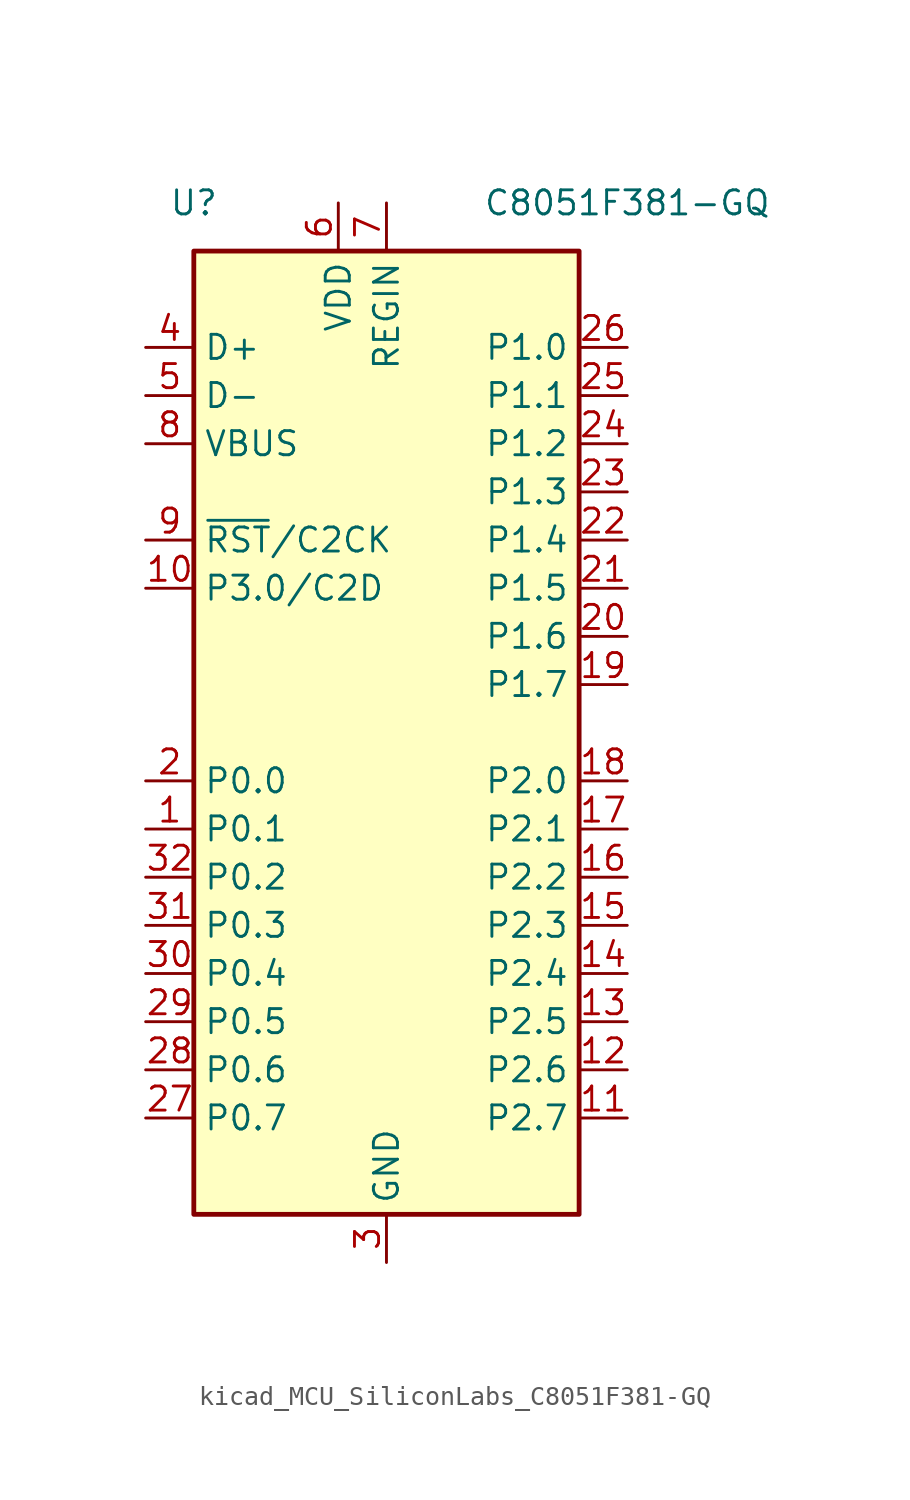
<source format=kicad_sym>
(kicad_symbol_lib
  (version 20220914)
  (generator kicad_symbol_editor)
  (symbol "kicad_MCU_SiliconLabs_C8051F381-GQ"
    (property "Reference" "U"
      (at -10.16 27.94 0)
      (effects (font (size 1.27 1.27))))
    (property "Value" "C8051F381-GQ"
      (at 12.7 27.94 0)
      (effects (font (size 1.27 1.27))))
    (symbol "kicad_MCU_SiliconLabs_C8051F381-GQ_0_1"
      (rectangle (start -10.16 25.4) (end 10.16 -25.4) (stroke (width 0.254) (type default)) (fill (type background))))
    (symbol "kicad_MCU_SiliconLabs_C8051F381-GQ_1_1"
      (pin bidirectional line (at -12.7 -5.08 0) (length 2.54) (name "P0.1" (effects (font (size 1.27 1.27)))) (number "1" (effects (font (size 1.27 1.27)))))
      (pin bidirectional line (at -12.7 7.62 0) (length 2.54) (name "P3.0/C2D" (effects (font (size 1.27 1.27)))) (number "10" (effects (font (size 1.27 1.27)))))
      (pin bidirectional line (at 12.7 -20.32 180) (length 2.54) (name "P2.7" (effects (font (size 1.27 1.27)))) (number "11" (effects (font (size 1.27 1.27)))))
      (pin bidirectional line (at 12.7 -17.78 180) (length 2.54) (name "P2.6" (effects (font (size 1.27 1.27)))) (number "12" (effects (font (size 1.27 1.27)))))
      (pin bidirectional line (at 12.7 -15.24 180) (length 2.54) (name "P2.5" (effects (font (size 1.27 1.27)))) (number "13" (effects (font (size 1.27 1.27)))))
      (pin bidirectional line (at 12.7 -12.7 180) (length 2.54) (name "P2.4" (effects (font (size 1.27 1.27)))) (number "14" (effects (font (size 1.27 1.27)))))
      (pin bidirectional line (at 12.7 -10.16 180) (length 2.54) (name "P2.3" (effects (font (size 1.27 1.27)))) (number "15" (effects (font (size 1.27 1.27)))))
      (pin bidirectional line (at 12.7 -7.62 180) (length 2.54) (name "P2.2" (effects (font (size 1.27 1.27)))) (number "16" (effects (font (size 1.27 1.27)))))
      (pin bidirectional line (at 12.7 -5.08 180) (length 2.54) (name "P2.1" (effects (font (size 1.27 1.27)))) (number "17" (effects (font (size 1.27 1.27)))))
      (pin bidirectional line (at 12.7 -2.54 180) (length 2.54) (name "P2.0" (effects (font (size 1.27 1.27)))) (number "18" (effects (font (size 1.27 1.27)))))
      (pin bidirectional line (at 12.7 2.54 180) (length 2.54) (name "P1.7" (effects (font (size 1.27 1.27)))) (number "19" (effects (font (size 1.27 1.27)))))
      (pin bidirectional line (at -12.7 -2.54 0) (length 2.54) (name "P0.0" (effects (font (size 1.27 1.27)))) (number "2" (effects (font (size 1.27 1.27)))))
      (pin bidirectional line (at 12.7 5.08 180) (length 2.54) (name "P1.6" (effects (font (size 1.27 1.27)))) (number "20" (effects (font (size 1.27 1.27)))))
      (pin bidirectional line (at 12.7 7.62 180) (length 2.54) (name "P1.5" (effects (font (size 1.27 1.27)))) (number "21" (effects (font (size 1.27 1.27)))))
      (pin bidirectional line (at 12.7 10.16 180) (length 2.54) (name "P1.4" (effects (font (size 1.27 1.27)))) (number "22" (effects (font (size 1.27 1.27)))))
      (pin bidirectional line (at 12.7 12.7 180) (length 2.54) (name "P1.3" (effects (font (size 1.27 1.27)))) (number "23" (effects (font (size 1.27 1.27)))))
      (pin bidirectional line (at 12.7 15.24 180) (length 2.54) (name "P1.2" (effects (font (size 1.27 1.27)))) (number "24" (effects (font (size 1.27 1.27)))))
      (pin bidirectional line (at 12.7 17.78 180) (length 2.54) (name "P1.1" (effects (font (size 1.27 1.27)))) (number "25" (effects (font (size 1.27 1.27)))))
      (pin bidirectional line (at 12.7 20.32 180) (length 2.54) (name "P1.0" (effects (font (size 1.27 1.27)))) (number "26" (effects (font (size 1.27 1.27)))))
      (pin bidirectional line (at -12.7 -20.32 0) (length 2.54) (name "P0.7" (effects (font (size 1.27 1.27)))) (number "27" (effects (font (size 1.27 1.27)))))
      (pin bidirectional line (at -12.7 -17.78 0) (length 2.54) (name "P0.6" (effects (font (size 1.27 1.27)))) (number "28" (effects (font (size 1.27 1.27)))))
      (pin bidirectional line (at -12.7 -15.24 0) (length 2.54) (name "P0.5" (effects (font (size 1.27 1.27)))) (number "29" (effects (font (size 1.27 1.27)))))
      (pin power_in line (at 0 -27.94 90) (length 2.54) (name "GND" (effects (font (size 1.27 1.27)))) (number "3" (effects (font (size 1.27 1.27)))))
      (pin bidirectional line (at -12.7 -12.7 0) (length 2.54) (name "P0.4" (effects (font (size 1.27 1.27)))) (number "30" (effects (font (size 1.27 1.27)))))
      (pin bidirectional line (at -12.7 -10.16 0) (length 2.54) (name "P0.3" (effects (font (size 1.27 1.27)))) (number "31" (effects (font (size 1.27 1.27)))))
      (pin bidirectional line (at -12.7 -7.62 0) (length 2.54) (name "P0.2" (effects (font (size 1.27 1.27)))) (number "32" (effects (font (size 1.27 1.27)))))
      (pin bidirectional line (at -12.7 20.32 0) (length 2.54) (name "D+" (effects (font (size 1.27 1.27)))) (number "4" (effects (font (size 1.27 1.27)))))
      (pin bidirectional line (at -12.7 17.78 0) (length 2.54) (name "D-" (effects (font (size 1.27 1.27)))) (number "5" (effects (font (size 1.27 1.27)))))
      (pin power_in line (at -2.54 27.94 270) (length 2.54) (name "VDD" (effects (font (size 1.27 1.27)))) (number "6" (effects (font (size 1.27 1.27)))))
      (pin power_in line (at 0 27.94 270) (length 2.54) (name "REGIN" (effects (font (size 1.27 1.27)))) (number "7" (effects (font (size 1.27 1.27)))))
      (pin input line (at -12.7 15.24 0) (length 2.54) (name "VBUS" (effects (font (size 1.27 1.27)))) (number "8" (effects (font (size 1.27 1.27)))))
      (pin input line (at -12.7 10.16 0) (length 2.54) (name "~{RST}/C2CK" (effects (font (size 1.27 1.27)))) (number "9" (effects (font (size 1.27 1.27))))))))
</source>
